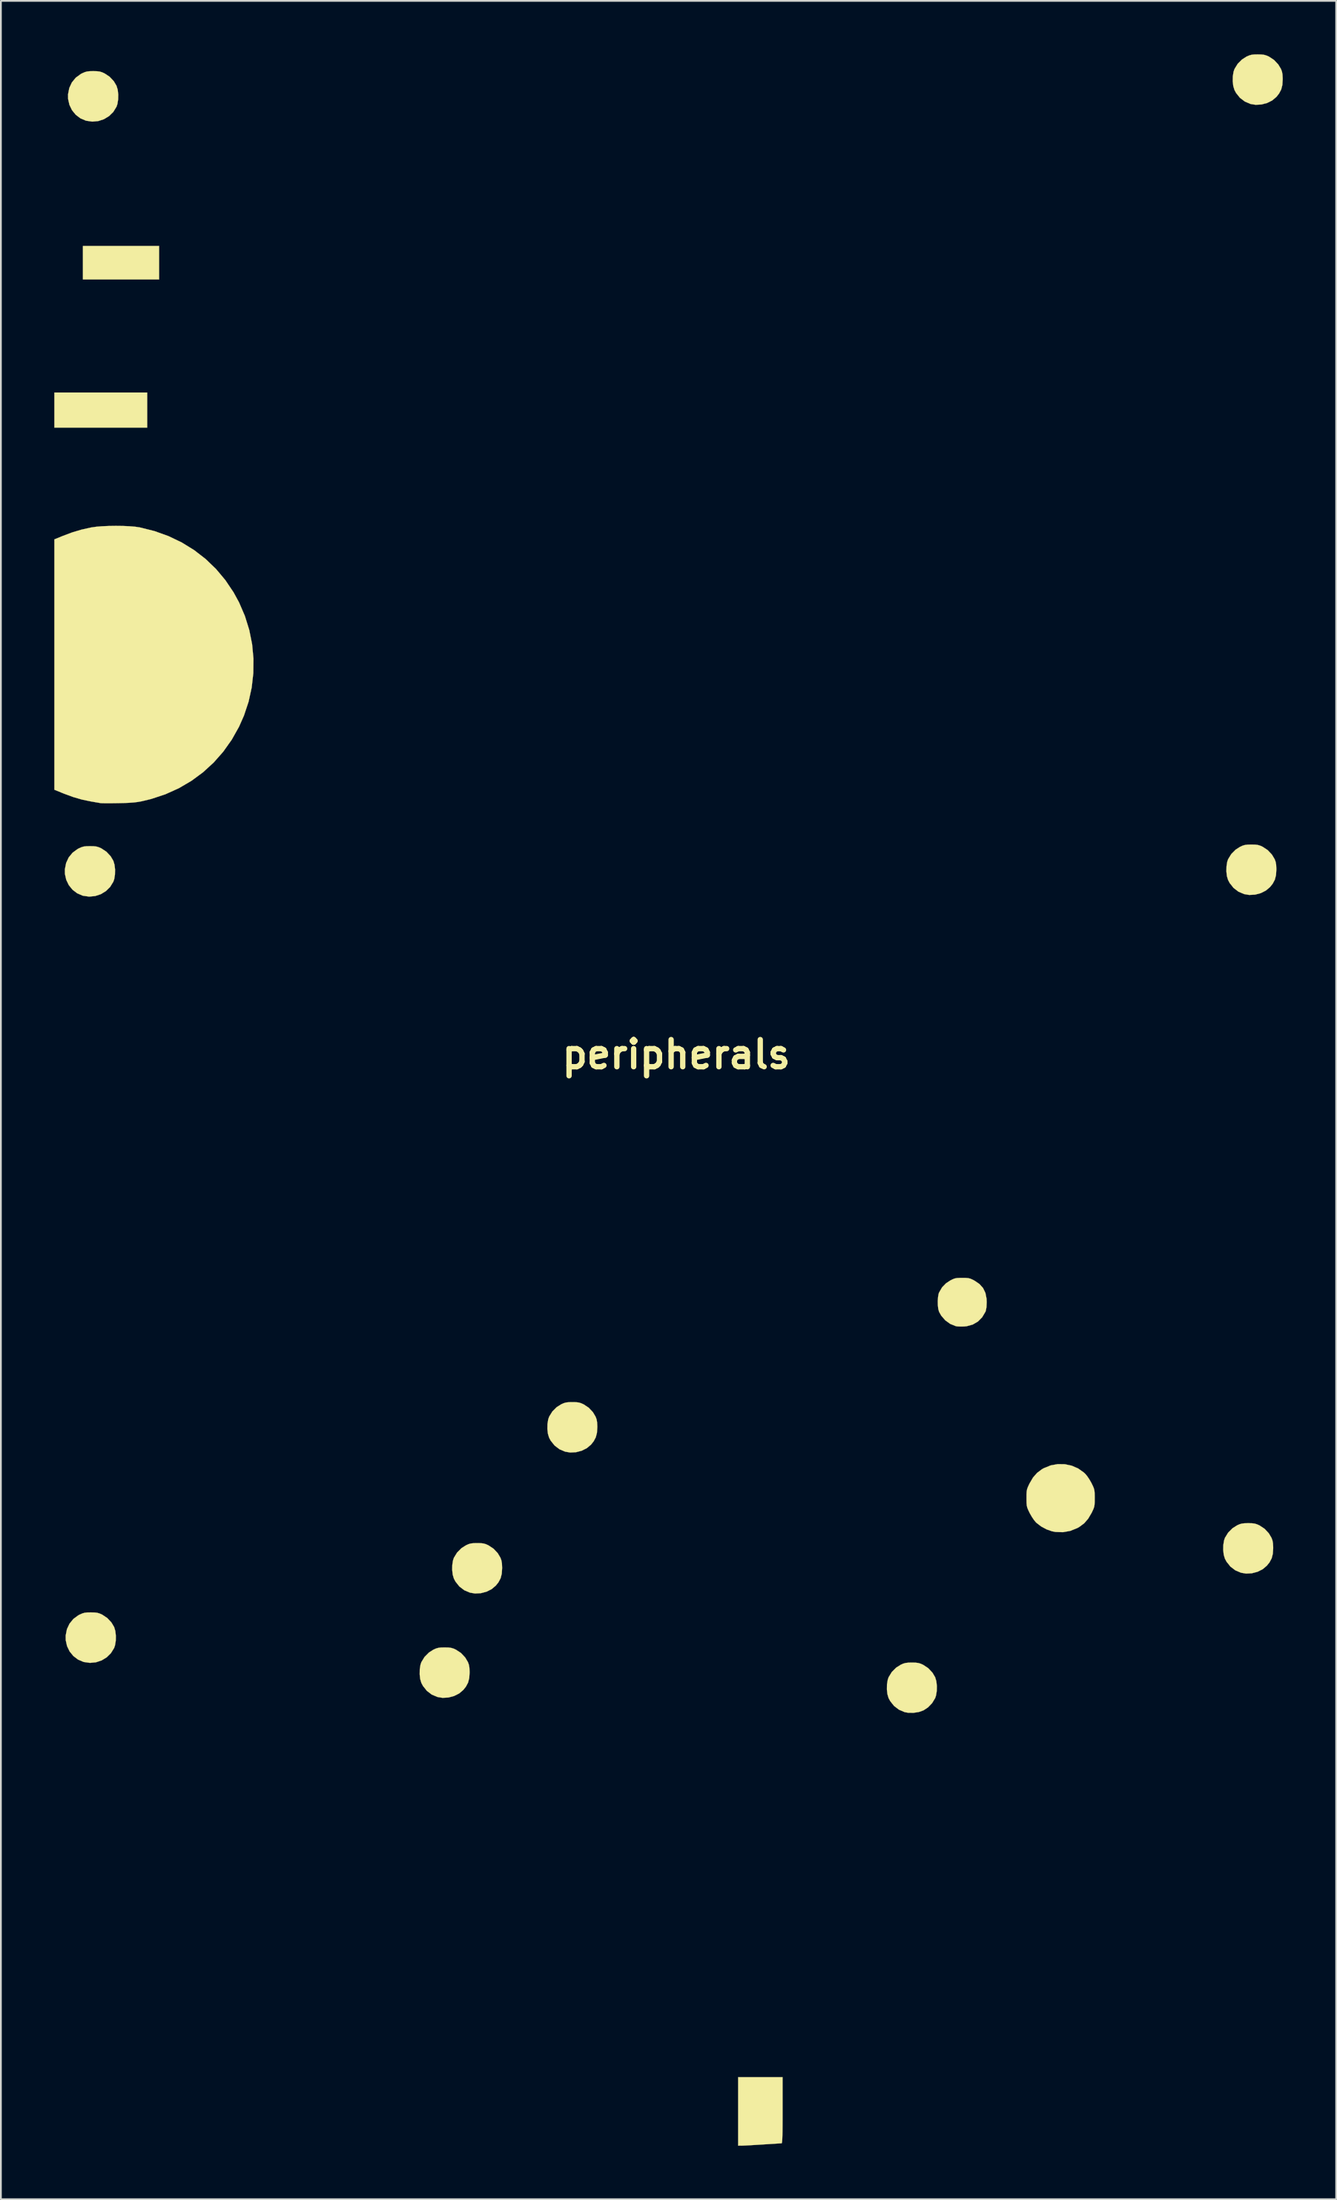
<source format=kicad_pcb>
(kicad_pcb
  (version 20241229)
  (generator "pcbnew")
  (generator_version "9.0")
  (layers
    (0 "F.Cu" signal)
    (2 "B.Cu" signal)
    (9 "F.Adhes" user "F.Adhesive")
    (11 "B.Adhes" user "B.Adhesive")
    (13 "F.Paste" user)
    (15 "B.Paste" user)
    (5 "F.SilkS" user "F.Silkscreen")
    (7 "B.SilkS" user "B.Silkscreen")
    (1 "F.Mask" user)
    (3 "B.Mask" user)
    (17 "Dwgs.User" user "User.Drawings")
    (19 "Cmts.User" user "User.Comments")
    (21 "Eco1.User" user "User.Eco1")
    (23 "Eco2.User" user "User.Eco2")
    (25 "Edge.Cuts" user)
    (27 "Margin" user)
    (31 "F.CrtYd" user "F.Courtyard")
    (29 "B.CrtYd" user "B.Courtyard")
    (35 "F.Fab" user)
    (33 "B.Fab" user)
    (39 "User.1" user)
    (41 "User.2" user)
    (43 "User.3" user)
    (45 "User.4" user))
  (footprint "peripherals"
    (layer "F.Cu")
    (at 34.941 56.149)
    (property "Reference" "peripherals" (at 0 0 0) (layer "F.SilkS") (effects (font (size 1.524 1.524) (thickness 0.3))))
    (attr through_hole)
    (fp_poly (pts (xy -29.722 -35.193) (xy -34.936 -35.193) (xy -34.936 -37.161) (xy -29.722 -37.161) (xy -29.722 -35.193)) (stroke (width 0.01) (type solid)) (fill yes) (layer "F.SilkS"))
    (fp_poly (pts (xy -29.054 -43.511) (xy -33.332 -43.511) (xy -33.332 -45.389) (xy -29.054 -45.389) (xy -29.054 -43.511)) (stroke (width 0.01) (type solid)) (fill yes) (layer "F.SilkS"))
    (fp_poly (pts (xy 5.971 59.274) (xy 5.971 59.75) (xy 5.969 60.142) (xy 5.966 60.459) (xy 5.961 60.706) (xy 5.954 60.89) (xy 5.946 61.017) (xy 5.935 61.094) (xy 5.922 61.128) (xy 5.916 61.131) (xy 5.857 61.134) (xy 5.722 61.142) (xy 5.526 61.155) (xy 5.281 61.17) (xy 5.001 61.188) (xy 4.857 61.197) (xy 4.555 61.216) (xy 4.272 61.233) (xy 4.024 61.247) (xy 3.826 61.257) (xy 3.695 61.262) (xy 3.665 61.263) (xy 3.476 61.264) (xy 3.476 57.418) (xy 5.971 57.418) (xy 5.971 59.274)) (stroke (width 0.01) (type solid)) (fill yes) (layer "F.SilkS"))
    (fp_poly (pts (xy -32.724 -11.689) (xy -32.572 -11.671) (xy -32.44 -11.632) (xy -32.3 -11.57) (xy -32.013 -11.381) (xy -31.776 -11.128) (xy -31.624 -10.872) (xy -31.558 -10.651) (xy -31.527 -10.382) (xy -31.533 -10.102) (xy -31.574 -9.844) (xy -31.624 -9.698) (xy -31.802 -9.408) (xy -32.041 -9.172) (xy -32.327 -8.998) (xy -32.646 -8.893) (xy -32.984 -8.861) (xy -33.327 -8.91) (xy -33.347 -8.915) (xy -33.654 -9.047) (xy -33.916 -9.247) (xy -34.124 -9.503) (xy -34.269 -9.802) (xy -34.343 -10.132) (xy -34.346 -10.397) (xy -34.276 -10.75) (xy -34.13 -11.063) (xy -33.913 -11.327) (xy -33.631 -11.533) (xy -33.562 -11.57) (xy -33.417 -11.634) (xy -33.285 -11.672) (xy -33.131 -11.69) (xy -32.931 -11.694) (xy -32.724 -11.689)) (stroke (width 0.01) (type solid)) (fill yes) (layer "F.SilkS"))
    (fp_poly (pts (xy -32.68 31.33) (xy -32.528 31.348) (xy -32.396 31.387) (xy -32.255 31.449) (xy -31.969 31.638) (xy -31.731 31.891) (xy -31.579 32.147) (xy -31.513 32.368) (xy -31.483 32.637) (xy -31.488 32.917) (xy -31.53 33.175) (xy -31.579 33.321) (xy -31.758 33.611) (xy -31.997 33.847) (xy -32.283 34.021) (xy -32.601 34.126) (xy -32.939 34.158) (xy -33.282 34.109) (xy -33.302 34.104) (xy -33.61 33.972) (xy -33.872 33.772) (xy -34.08 33.516) (xy -34.225 33.217) (xy -34.298 32.887) (xy -34.301 32.622) (xy -34.232 32.269) (xy -34.085 31.956) (xy -33.869 31.693) (xy -33.587 31.486) (xy -33.517 31.449) (xy -33.372 31.385) (xy -33.24 31.347) (xy -33.087 31.329) (xy -32.886 31.325) (xy -32.68 31.33)) (stroke (width 0.01) (type solid)) (fill yes) (layer "F.SilkS"))
    (fp_poly (pts (xy -32.546 -55.2) (xy -32.394 -55.182) (xy -32.262 -55.143) (xy -32.122 -55.08) (xy -31.835 -54.892) (xy -31.598 -54.639) (xy -31.446 -54.383) (xy -31.379 -54.162) (xy -31.349 -53.893) (xy -31.355 -53.613) (xy -31.396 -53.355) (xy -31.446 -53.209) (xy -31.624 -52.918) (xy -31.863 -52.683) (xy -32.149 -52.509) (xy -32.468 -52.403) (xy -32.805 -52.372) (xy -33.149 -52.421) (xy -33.168 -52.426) (xy -33.476 -52.558) (xy -33.738 -52.758) (xy -33.946 -53.013) (xy -34.091 -53.313) (xy -34.165 -53.643) (xy -34.168 -53.907) (xy -34.098 -54.261) (xy -33.952 -54.573) (xy -33.735 -54.837) (xy -33.453 -55.044) (xy -33.384 -55.08) (xy -33.238 -55.145) (xy -33.106 -55.183) (xy -32.953 -55.201) (xy -32.753 -55.205) (xy -32.546 -55.2)) (stroke (width 0.01) (type solid)) (fill yes) (layer "F.SilkS"))
    (fp_poly (pts (xy 13.441 34.147) (xy 13.593 34.165) (xy 13.725 34.204) (xy 13.866 34.267) (xy 14.152 34.455) (xy 14.39 34.708) (xy 14.542 34.964) (xy 14.608 35.186) (xy 14.638 35.454) (xy 14.633 35.734) (xy 14.591 35.992) (xy 14.542 36.138) (xy 14.371 36.419) (xy 14.14 36.658) (xy 13.883 36.826) (xy 13.625 36.917) (xy 13.328 36.962) (xy 13.033 36.96) (xy 12.831 36.924) (xy 12.51 36.787) (xy 12.235 36.578) (xy 12.017 36.304) (xy 11.926 36.135) (xy 11.861 35.916) (xy 11.831 35.651) (xy 11.836 35.372) (xy 11.877 35.116) (xy 11.928 34.964) (xy 12.107 34.672) (xy 12.352 34.427) (xy 12.604 34.267) (xy 12.749 34.202) (xy 12.881 34.164) (xy 13.035 34.147) (xy 13.235 34.142) (xy 13.441 34.147)) (stroke (width 0.01) (type solid)) (fill yes) (layer "F.SilkS"))
    (fp_poly (pts (xy -12.805 33.297) (xy -12.653 33.316) (xy -12.521 33.354) (xy -12.381 33.417) (xy -12.094 33.606) (xy -11.857 33.858) (xy -11.705 34.115) (xy -11.652 34.261) (xy -11.622 34.427) (xy -11.612 34.644) (xy -11.611 34.701) (xy -11.631 35.011) (xy -11.696 35.265) (xy -11.816 35.492) (xy -11.964 35.678) (xy -12.199 35.876) (xy -12.486 36.02) (xy -12.805 36.104) (xy -13.132 36.121) (xy -13.415 36.074) (xy -13.737 35.938) (xy -14.012 35.728) (xy -14.23 35.454) (xy -14.32 35.285) (xy -14.385 35.067) (xy -14.415 34.801) (xy -14.41 34.523) (xy -14.37 34.266) (xy -14.319 34.115) (xy -14.14 33.823) (xy -13.895 33.577) (xy -13.643 33.417) (xy -13.498 33.352) (xy -13.366 33.315) (xy -13.212 33.297) (xy -13.012 33.293) (xy -12.805 33.297)) (stroke (width 0.01) (type solid)) (fill yes) (layer "F.SilkS"))
    (fp_poly (pts (xy -10.978 27.439) (xy -10.826 27.457) (xy -10.694 27.496) (xy -10.554 27.559) (xy -10.267 27.748) (xy -10.03 28) (xy -9.878 28.256) (xy -9.825 28.403) (xy -9.795 28.569) (xy -9.785 28.786) (xy -9.784 28.843) (xy -9.804 29.153) (xy -9.869 29.407) (xy -9.989 29.634) (xy -10.137 29.82) (xy -10.372 30.018) (xy -10.659 30.162) (xy -10.978 30.246) (xy -11.305 30.263) (xy -11.588 30.216) (xy -11.91 30.08) (xy -12.185 29.87) (xy -12.403 29.596) (xy -12.493 29.427) (xy -12.558 29.209) (xy -12.588 28.943) (xy -12.583 28.665) (xy -12.543 28.408) (xy -12.492 28.256) (xy -12.313 27.965) (xy -12.068 27.719) (xy -11.816 27.559) (xy -11.671 27.494) (xy -11.539 27.456) (xy -11.385 27.439) (xy -11.185 27.435) (xy -10.978 27.439)) (stroke (width 0.01) (type solid)) (fill yes) (layer "F.SilkS"))
    (fp_poly (pts (xy -5.631 19.524) (xy -5.479 19.542) (xy -5.347 19.581) (xy -5.207 19.644) (xy -4.92 19.833) (xy -4.682 20.085) (xy -4.531 20.341) (xy -4.477 20.488) (xy -4.448 20.654) (xy -4.437 20.87) (xy -4.437 20.928) (xy -4.456 21.238) (xy -4.521 21.492) (xy -4.641 21.719) (xy -4.789 21.905) (xy -5.024 22.103) (xy -5.312 22.247) (xy -5.63 22.331) (xy -5.957 22.348) (xy -6.241 22.301) (xy -6.562 22.165) (xy -6.837 21.955) (xy -7.056 21.681) (xy -7.146 21.512) (xy -7.211 21.293) (xy -7.241 21.028) (xy -7.236 20.749) (xy -7.195 20.493) (xy -7.144 20.341) (xy -6.965 20.049) (xy -6.72 19.804) (xy -6.469 19.644) (xy -6.323 19.579) (xy -6.191 19.541) (xy -6.038 19.524) (xy -5.838 19.52) (xy -5.631 19.524)) (stroke (width 0.01) (type solid)) (fill yes) (layer "F.SilkS"))
    (fp_poly (pts (xy 32.335 26.321) (xy 32.487 26.339) (xy 32.619 26.378) (xy 32.76 26.441) (xy 33.047 26.63) (xy 33.286 26.884) (xy 33.437 27.139) (xy 33.49 27.283) (xy 33.52 27.444) (xy 33.531 27.654) (xy 33.532 27.725) (xy 33.512 28.033) (xy 33.447 28.287) (xy 33.327 28.514) (xy 33.177 28.702) (xy 32.942 28.9) (xy 32.654 29.044) (xy 32.336 29.128) (xy 32.009 29.145) (xy 31.726 29.098) (xy 31.404 28.962) (xy 31.129 28.752) (xy 30.911 28.478) (xy 30.821 28.309) (xy 30.755 28.091) (xy 30.725 27.825) (xy 30.73 27.547) (xy 30.771 27.29) (xy 30.822 27.139) (xy 31.001 26.847) (xy 31.246 26.601) (xy 31.498 26.441) (xy 31.643 26.376) (xy 31.775 26.339) (xy 31.929 26.321) (xy 32.129 26.317) (xy 32.335 26.321)) (stroke (width 0.01) (type solid)) (fill yes) (layer "F.SilkS"))
    (fp_poly (pts (xy 32.514 -11.779) (xy 32.666 -11.761) (xy 32.798 -11.722) (xy 32.938 -11.659) (xy 33.225 -11.47) (xy 33.464 -11.216) (xy 33.615 -10.961) (xy 33.668 -10.817) (xy 33.698 -10.656) (xy 33.709 -10.446) (xy 33.71 -10.375) (xy 33.69 -10.067) (xy 33.625 -9.813) (xy 33.505 -9.586) (xy 33.355 -9.398) (xy 33.12 -9.2) (xy 32.833 -9.056) (xy 32.514 -8.972) (xy 32.187 -8.955) (xy 31.904 -9.002) (xy 31.582 -9.138) (xy 31.307 -9.348) (xy 31.089 -9.622) (xy 30.999 -9.791) (xy 30.933 -10.009) (xy 30.903 -10.275) (xy 30.909 -10.553) (xy 30.949 -10.81) (xy 31 -10.961) (xy 31.179 -11.253) (xy 31.424 -11.499) (xy 31.676 -11.659) (xy 31.821 -11.724) (xy 31.953 -11.761) (xy 32.107 -11.779) (xy 32.307 -11.783) (xy 32.514 -11.779)) (stroke (width 0.01) (type solid)) (fill yes) (layer "F.SilkS"))
    (fp_poly (pts (xy 32.87 -56.139) (xy 33.022 -56.121) (xy 33.154 -56.082) (xy 33.295 -56.02) (xy 33.582 -55.83) (xy 33.82 -55.576) (xy 33.972 -55.322) (xy 34.025 -55.178) (xy 34.055 -55.017) (xy 34.066 -54.807) (xy 34.066 -54.735) (xy 34.047 -54.427) (xy 33.982 -54.173) (xy 33.861 -53.947) (xy 33.712 -53.758) (xy 33.477 -53.56) (xy 33.189 -53.416) (xy 32.871 -53.333) (xy 32.544 -53.316) (xy 32.26 -53.362) (xy 31.939 -53.499) (xy 31.664 -53.708) (xy 31.445 -53.982) (xy 31.355 -54.152) (xy 31.29 -54.37) (xy 31.26 -54.636) (xy 31.265 -54.914) (xy 31.306 -55.17) (xy 31.357 -55.322) (xy 31.536 -55.614) (xy 31.781 -55.859) (xy 32.032 -56.02) (xy 32.178 -56.084) (xy 32.31 -56.122) (xy 32.463 -56.14) (xy 32.664 -56.144) (xy 32.87 -56.139)) (stroke (width 0.01) (type solid)) (fill yes) (layer "F.SilkS"))
    (fp_poly (pts (xy 16.264 12.547) (xy 16.407 12.56) (xy 16.524 12.59) (xy 16.648 12.645) (xy 16.751 12.699) (xy 17.031 12.889) (xy 17.234 13.116) (xy 17.366 13.389) (xy 17.43 13.716) (xy 17.438 13.907) (xy 17.425 14.19) (xy 17.387 14.393) (xy 17.368 14.444) (xy 17.184 14.754) (xy 16.944 14.996) (xy 16.654 15.164) (xy 16.319 15.257) (xy 16.163 15.273) (xy 15.981 15.277) (xy 15.815 15.27) (xy 15.705 15.255) (xy 15.389 15.127) (xy 15.11 14.926) (xy 14.883 14.663) (xy 14.761 14.444) (xy 14.718 14.289) (xy 14.694 14.079) (xy 14.69 13.845) (xy 14.705 13.62) (xy 14.738 13.435) (xy 14.761 13.371) (xy 14.932 13.075) (xy 15.155 12.846) (xy 15.378 12.699) (xy 15.524 12.624) (xy 15.642 12.578) (xy 15.764 12.554) (xy 15.922 12.546) (xy 16.064 12.545) (xy 16.264 12.547)) (stroke (width 0.01) (type solid)) (fill yes) (layer "F.SilkS"))
    (fp_poly (pts (xy 21.827 23.006) (xy 22.213 23.088) (xy 22.574 23.244) (xy 22.897 23.473) (xy 22.977 23.548) (xy 23.085 23.678) (xy 23.205 23.856) (xy 23.315 24.047) (xy 23.333 24.083) (xy 23.411 24.244) (xy 23.461 24.369) (xy 23.489 24.486) (xy 23.502 24.623) (xy 23.506 24.809) (xy 23.506 24.908) (xy 23.505 25.123) (xy 23.496 25.278) (xy 23.475 25.4) (xy 23.434 25.518) (xy 23.369 25.66) (xy 23.333 25.734) (xy 23.139 26.064) (xy 22.912 26.324) (xy 22.636 26.529) (xy 22.526 26.591) (xy 22.132 26.749) (xy 21.72 26.822) (xy 21.302 26.808) (xy 21.1 26.769) (xy 20.8 26.663) (xy 20.501 26.502) (xy 20.244 26.306) (xy 20.204 26.268) (xy 20.095 26.138) (xy 19.975 25.96) (xy 19.865 25.769) (xy 19.847 25.734) (xy 19.769 25.572) (xy 19.719 25.448) (xy 19.691 25.331) (xy 19.678 25.193) (xy 19.674 25.007) (xy 19.674 24.908) (xy 19.675 24.693) (xy 19.684 24.539) (xy 19.705 24.417) (xy 19.746 24.299) (xy 19.811 24.156) (xy 19.847 24.083) (xy 20.041 23.752) (xy 20.268 23.493) (xy 20.544 23.287) (xy 20.654 23.225) (xy 21.034 23.072) (xy 21.429 23) (xy 21.827 23.006)) (stroke (width 0.01) (type solid)) (fill yes) (layer "F.SilkS"))
    (fp_poly (pts (xy -31.09 -29.67) (xy -30.72 -29.654) (xy -30.395 -29.627) (xy -30.146 -29.59) (xy -29.312 -29.382) (xy -28.521 -29.098) (xy -27.777 -28.741) (xy -27.083 -28.313) (xy -26.441 -27.816) (xy -25.856 -27.254) (xy -25.332 -26.629) (xy -24.87 -25.943) (xy -24.562 -25.378) (xy -24.234 -24.617) (xy -23.99 -23.833) (xy -23.829 -23.033) (xy -23.753 -22.223) (xy -23.761 -21.41) (xy -23.852 -20.601) (xy -24.027 -19.803) (xy -24.287 -19.023) (xy -24.562 -18.402) (xy -24.972 -17.672) (xy -25.449 -17) (xy -25.988 -16.389) (xy -26.587 -15.841) (xy -27.241 -15.36) (xy -27.946 -14.947) (xy -28.7 -14.607) (xy -29.497 -14.343) (xy -30.034 -14.213) (xy -30.24 -14.176) (xy -30.47 -14.148) (xy -30.739 -14.128) (xy -31.068 -14.115) (xy -31.349 -14.109) (xy -31.629 -14.105) (xy -31.884 -14.103) (xy -32.099 -14.104) (xy -32.259 -14.107) (xy -32.346 -14.112) (xy -32.352 -14.113) (xy -32.444 -14.129) (xy -32.597 -14.155) (xy -32.787 -14.188) (xy -32.886 -14.205) (xy -33.384 -14.308) (xy -33.879 -14.452) (xy -34.405 -14.645) (xy -34.479 -14.675) (xy -34.936 -14.862) (xy -34.936 -28.917) (xy -34.479 -29.104) (xy -33.937 -29.308) (xy -33.417 -29.463) (xy -32.876 -29.584) (xy -32.864 -29.586) (xy -32.592 -29.625) (xy -32.257 -29.653) (xy -31.881 -29.669) (xy -31.484 -29.675) (xy -31.09 -29.67)) (stroke (width 0.01) (type solid)) (fill yes) (layer "F.SilkS")))
  (gr_rect
    (start -3 -3)
    (end 72.012 120.418)
    (stroke (width 0.1) (type default))
    (fill no)
    (layer "Edge.Cuts")))
</source>
